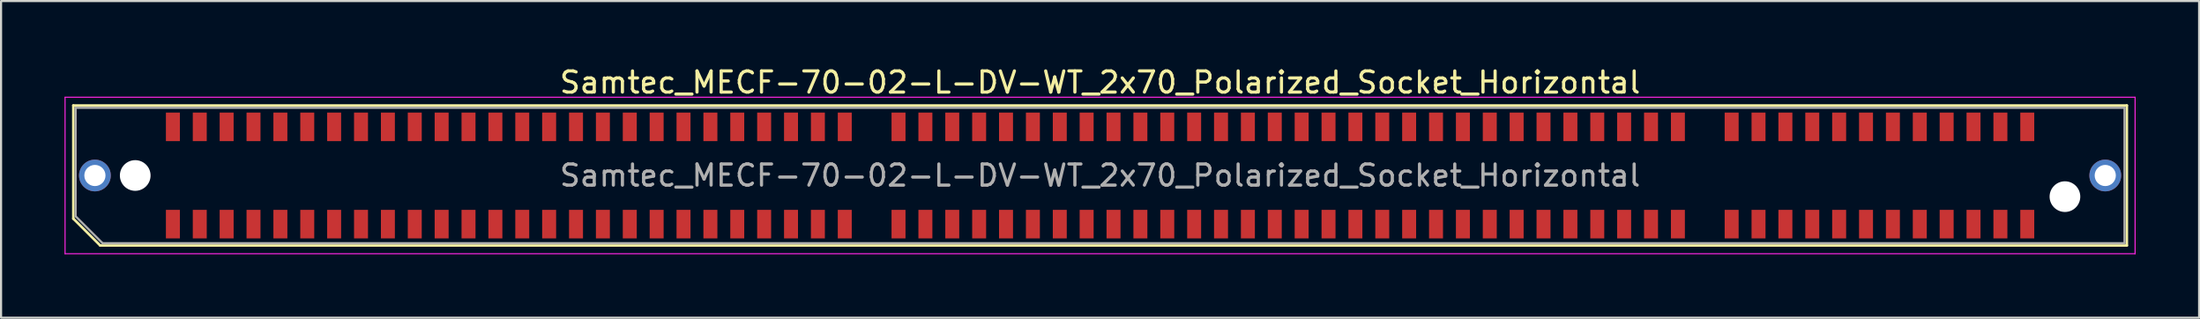
<source format=kicad_pcb>
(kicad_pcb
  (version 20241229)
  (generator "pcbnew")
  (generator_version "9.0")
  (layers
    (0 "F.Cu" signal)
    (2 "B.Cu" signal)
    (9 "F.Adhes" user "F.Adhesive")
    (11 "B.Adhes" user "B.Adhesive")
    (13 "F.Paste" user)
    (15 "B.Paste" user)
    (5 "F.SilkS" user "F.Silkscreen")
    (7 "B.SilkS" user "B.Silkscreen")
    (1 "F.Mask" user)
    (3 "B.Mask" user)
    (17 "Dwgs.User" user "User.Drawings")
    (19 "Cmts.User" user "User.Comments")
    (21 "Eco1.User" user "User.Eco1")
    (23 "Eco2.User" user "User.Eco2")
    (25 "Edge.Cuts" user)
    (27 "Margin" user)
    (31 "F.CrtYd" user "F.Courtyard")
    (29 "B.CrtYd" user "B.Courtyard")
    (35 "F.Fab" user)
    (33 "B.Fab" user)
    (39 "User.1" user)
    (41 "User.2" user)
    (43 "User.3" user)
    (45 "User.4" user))
  (footprint "Samtec_MECF-70-02-L-DV-WT_2x70_Polarized_Socket_Horizontal"
    (layer "F.Cu")
    (at 48.935 5.248)
    (property "Reference" "Samtec_MECF-70-02-L-DV-WT_2x70_Polarized_Socket_Horizontal" (at 0 -4.4 0) (layer "F.SilkS") (effects (font (size 1 1) (thickness 0.15))))
    (attr smd)
    (fp_line (start -48.52 -3.31) (end 48.52 -3.31) (stroke (width 0.12) (type solid)) (layer "F.SilkS"))
    (fp_line (start -48.52 2.04) (end -48.52 -3.31) (stroke (width 0.12) (type solid)) (layer "F.SilkS"))
    (fp_line (start -47.25 3.31) (end -48.52 2.04) (stroke (width 0.12) (type solid)) (layer "F.SilkS"))
    (fp_line (start -47.25 3.31) (end 48.52 3.31) (stroke (width 0.12) (type solid)) (layer "F.SilkS"))
    (fp_line (start 48.52 3.31) (end 48.52 -3.31) (stroke (width 0.12) (type solid)) (layer "F.SilkS"))
    (fp_line (start -48.91 -3.7) (end -48.91 3.7) (stroke (width 0.05) (type solid)) (layer "F.CrtYd"))
    (fp_line (start -48.91 3.7) (end 48.91 3.7) (stroke (width 0.05) (type solid)) (layer "F.CrtYd"))
    (fp_line (start 48.91 -3.7) (end -48.91 -3.7) (stroke (width 0.05) (type solid)) (layer "F.CrtYd"))
    (fp_line (start 48.91 3.7) (end 48.91 -3.7) (stroke (width 0.05) (type solid)) (layer "F.CrtYd"))
    (fp_line (start -48.41 -3.2) (end 48.41 -3.2) (stroke (width 0.1) (type solid)) (layer "F.Fab"))
    (fp_line (start -48.41 1.93) (end -48.41 -3.2) (stroke (width 0.1) (type solid)) (layer "F.Fab"))
    (fp_line (start -48.41 1.93) (end -47.14 3.2) (stroke (width 0.1) (type solid)) (layer "F.Fab"))
    (fp_line (start -47.14 3.2) (end 48.41 3.2) (stroke (width 0.1) (type solid)) (layer "F.Fab"))
    (fp_line (start 48.41 3.2) (end 48.41 -3.2) (stroke (width 0.1) (type solid)) (layer "F.Fab"))
    (fp_text user "${REFERENCE}" (at 0 0 0) (layer "F.Fab") (effects (font (size 1 1) (thickness 0.15))))
    (pad "" thru_hole circle (at -47.5 0) (size 1.5 1.5) (drill 1) (layers "*.Cu" "*.Mask"))
    (pad "" np_thru_hole circle (at -45.595 0) (size 1.45 1.45) (drill 1.45) (layers "*.Cu" "*.Mask"))
    (pad "" np_thru_hole circle (at 45.595 1) (size 1.45 1.45) (drill 1.45) (layers "*.Cu" "*.Mask"))
    (pad "" thru_hole circle (at 47.5 0) (size 1.5 1.5) (drill 1) (layers "*.Cu" "*.Mask"))
    (pad "1" smd rect (at -43.815 2.3) (size 0.66 1.35) (layers "F.Cu" "F.Mask" "F.Paste"))
    (pad "2" smd rect (at -43.815 -2.3) (size 0.66 1.35) (layers "F.Cu" "F.Mask" "F.Paste"))
    (pad "3" smd rect (at -42.545 2.3) (size 0.66 1.35) (layers "F.Cu" "F.Mask" "F.Paste"))
    (pad "4" smd rect (at -42.545 -2.3) (size 0.66 1.35) (layers "F.Cu" "F.Mask" "F.Paste"))
    (pad "5" smd rect (at -41.275 2.3) (size 0.66 1.35) (layers "F.Cu" "F.Mask" "F.Paste"))
    (pad "6" smd rect (at -41.275 -2.3) (size 0.66 1.35) (layers "F.Cu" "F.Mask" "F.Paste"))
    (pad "7" smd rect (at -40.005 2.3) (size 0.66 1.35) (layers "F.Cu" "F.Mask" "F.Paste"))
    (pad "8" smd rect (at -40.005 -2.3) (size 0.66 1.35) (layers "F.Cu" "F.Mask" "F.Paste"))
    (pad "9" smd rect (at -38.735 2.3) (size 0.66 1.35) (layers "F.Cu" "F.Mask" "F.Paste"))
    (pad "10" smd rect (at -38.735 -2.3) (size 0.66 1.35) (layers "F.Cu" "F.Mask" "F.Paste"))
    (pad "11" smd rect (at -37.465 2.3) (size 0.66 1.35) (layers "F.Cu" "F.Mask" "F.Paste"))
    (pad "12" smd rect (at -37.465 -2.3) (size 0.66 1.35) (layers "F.Cu" "F.Mask" "F.Paste"))
    (pad "13" smd rect (at -36.195 2.3) (size 0.66 1.35) (layers "F.Cu" "F.Mask" "F.Paste"))
    (pad "14" smd rect (at -36.195 -2.3) (size 0.66 1.35) (layers "F.Cu" "F.Mask" "F.Paste"))
    (pad "15" smd rect (at -34.925 2.3) (size 0.66 1.35) (layers "F.Cu" "F.Mask" "F.Paste"))
    (pad "16" smd rect (at -34.925 -2.3) (size 0.66 1.35) (layers "F.Cu" "F.Mask" "F.Paste"))
    (pad "17" smd rect (at -33.655 2.3) (size 0.66 1.35) (layers "F.Cu" "F.Mask" "F.Paste"))
    (pad "18" smd rect (at -33.655 -2.3) (size 0.66 1.35) (layers "F.Cu" "F.Mask" "F.Paste"))
    (pad "19" smd rect (at -32.385 2.3) (size 0.66 1.35) (layers "F.Cu" "F.Mask" "F.Paste"))
    (pad "20" smd rect (at -32.385 -2.3) (size 0.66 1.35) (layers "F.Cu" "F.Mask" "F.Paste"))
    (pad "21" smd rect (at -31.115 2.3) (size 0.66 1.35) (layers "F.Cu" "F.Mask" "F.Paste"))
    (pad "22" smd rect (at -31.115 -2.3) (size 0.66 1.35) (layers "F.Cu" "F.Mask" "F.Paste"))
    (pad "23" smd rect (at -29.845 2.3) (size 0.66 1.35) (layers "F.Cu" "F.Mask" "F.Paste"))
    (pad "24" smd rect (at -29.845 -2.3) (size 0.66 1.35) (layers "F.Cu" "F.Mask" "F.Paste"))
    (pad "25" smd rect (at -28.575 2.3) (size 0.66 1.35) (layers "F.Cu" "F.Mask" "F.Paste"))
    (pad "26" smd rect (at -28.575 -2.3) (size 0.66 1.35) (layers "F.Cu" "F.Mask" "F.Paste"))
    (pad "27" smd rect (at -27.305 2.3) (size 0.66 1.35) (layers "F.Cu" "F.Mask" "F.Paste"))
    (pad "28" smd rect (at -27.305 -2.3) (size 0.66 1.35) (layers "F.Cu" "F.Mask" "F.Paste"))
    (pad "29" smd rect (at -26.035 2.3) (size 0.66 1.35) (layers "F.Cu" "F.Mask" "F.Paste"))
    (pad "30" smd rect (at -26.035 -2.3) (size 0.66 1.35) (layers "F.Cu" "F.Mask" "F.Paste"))
    (pad "31" smd rect (at -24.765 2.3) (size 0.66 1.35) (layers "F.Cu" "F.Mask" "F.Paste"))
    (pad "32" smd rect (at -24.765 -2.3) (size 0.66 1.35) (layers "F.Cu" "F.Mask" "F.Paste"))
    (pad "33" smd rect (at -23.495 2.3) (size 0.66 1.35) (layers "F.Cu" "F.Mask" "F.Paste"))
    (pad "34" smd rect (at -23.495 -2.3) (size 0.66 1.35) (layers "F.Cu" "F.Mask" "F.Paste"))
    (pad "35" smd rect (at -22.225 2.3) (size 0.66 1.35) (layers "F.Cu" "F.Mask" "F.Paste"))
    (pad "36" smd rect (at -22.225 -2.3) (size 0.66 1.35) (layers "F.Cu" "F.Mask" "F.Paste"))
    (pad "37" smd rect (at -20.955 2.3) (size 0.66 1.35) (layers "F.Cu" "F.Mask" "F.Paste"))
    (pad "38" smd rect (at -20.955 -2.3) (size 0.66 1.35) (layers "F.Cu" "F.Mask" "F.Paste"))
    (pad "39" smd rect (at -19.685 2.3) (size 0.66 1.35) (layers "F.Cu" "F.Mask" "F.Paste"))
    (pad "40" smd rect (at -19.685 -2.3) (size 0.66 1.35) (layers "F.Cu" "F.Mask" "F.Paste"))
    (pad "41" smd rect (at -18.415 2.3) (size 0.66 1.35) (layers "F.Cu" "F.Mask" "F.Paste"))
    (pad "42" smd rect (at -18.415 -2.3) (size 0.66 1.35) (layers "F.Cu" "F.Mask" "F.Paste"))
    (pad "43" smd rect (at -17.145 2.3) (size 0.66 1.35) (layers "F.Cu" "F.Mask" "F.Paste"))
    (pad "44" smd rect (at -17.145 -2.3) (size 0.66 1.35) (layers "F.Cu" "F.Mask" "F.Paste"))
    (pad "45" smd rect (at -15.875 2.3) (size 0.66 1.35) (layers "F.Cu" "F.Mask" "F.Paste"))
    (pad "46" smd rect (at -15.875 -2.3) (size 0.66 1.35) (layers "F.Cu" "F.Mask" "F.Paste"))
    (pad "47" smd rect (at -14.605 2.3) (size 0.66 1.35) (layers "F.Cu" "F.Mask" "F.Paste"))
    (pad "48" smd rect (at -14.605 -2.3) (size 0.66 1.35) (layers "F.Cu" "F.Mask" "F.Paste"))
    (pad "49" smd rect (at -13.335 2.3) (size 0.66 1.35) (layers "F.Cu" "F.Mask" "F.Paste"))
    (pad "50" smd rect (at -13.335 -2.3) (size 0.66 1.35) (layers "F.Cu" "F.Mask" "F.Paste"))
    (pad "51" smd rect (at -12.065 2.3) (size 0.66 1.35) (layers "F.Cu" "F.Mask" "F.Paste"))
    (pad "52" smd rect (at -12.065 -2.3) (size 0.66 1.35) (layers "F.Cu" "F.Mask" "F.Paste"))
    (pad "55" smd rect (at -9.525 2.3) (size 0.66 1.35) (layers "F.Cu" "F.Mask" "F.Paste"))
    (pad "56" smd rect (at -9.525 -2.3) (size 0.66 1.35) (layers "F.Cu" "F.Mask" "F.Paste"))
    (pad "57" smd rect (at -8.255 2.3) (size 0.66 1.35) (layers "F.Cu" "F.Mask" "F.Paste"))
    (pad "58" smd rect (at -8.255 -2.3) (size 0.66 1.35) (layers "F.Cu" "F.Mask" "F.Paste"))
    (pad "59" smd rect (at -6.985 2.3) (size 0.66 1.35) (layers "F.Cu" "F.Mask" "F.Paste"))
    (pad "60" smd rect (at -6.985 -2.3) (size 0.66 1.35) (layers "F.Cu" "F.Mask" "F.Paste"))
    (pad "61" smd rect (at -5.715 2.3) (size 0.66 1.35) (layers "F.Cu" "F.Mask" "F.Paste"))
    (pad "62" smd rect (at -5.715 -2.3) (size 0.66 1.35) (layers "F.Cu" "F.Mask" "F.Paste"))
    (pad "63" smd rect (at -4.445 2.3) (size 0.66 1.35) (layers "F.Cu" "F.Mask" "F.Paste"))
    (pad "64" smd rect (at -4.445 -2.3) (size 0.66 1.35) (layers "F.Cu" "F.Mask" "F.Paste"))
    (pad "65" smd rect (at -3.175 2.3) (size 0.66 1.35) (layers "F.Cu" "F.Mask" "F.Paste"))
    (pad "66" smd rect (at -3.175 -2.3) (size 0.66 1.35) (layers "F.Cu" "F.Mask" "F.Paste"))
    (pad "67" smd rect (at -1.905 2.3) (size 0.66 1.35) (layers "F.Cu" "F.Mask" "F.Paste"))
    (pad "68" smd rect (at -1.905 -2.3) (size 0.66 1.35) (layers "F.Cu" "F.Mask" "F.Paste"))
    (pad "69" smd rect (at -0.635 2.3) (size 0.66 1.35) (layers "F.Cu" "F.Mask" "F.Paste"))
    (pad "70" smd rect (at -0.635 -2.3) (size 0.66 1.35) (layers "F.Cu" "F.Mask" "F.Paste"))
    (pad "71" smd rect (at 0.635 2.3) (size 0.66 1.35) (layers "F.Cu" "F.Mask" "F.Paste"))
    (pad "72" smd rect (at 0.635 -2.3) (size 0.66 1.35) (layers "F.Cu" "F.Mask" "F.Paste"))
    (pad "73" smd rect (at 1.905 2.3) (size 0.66 1.35) (layers "F.Cu" "F.Mask" "F.Paste"))
    (pad "74" smd rect (at 1.905 -2.3) (size 0.66 1.35) (layers "F.Cu" "F.Mask" "F.Paste"))
    (pad "75" smd rect (at 3.175 2.3) (size 0.66 1.35) (layers "F.Cu" "F.Mask" "F.Paste"))
    (pad "76" smd rect (at 3.175 -2.3) (size 0.66 1.35) (layers "F.Cu" "F.Mask" "F.Paste"))
    (pad "77" smd rect (at 4.445 2.3) (size 0.66 1.35) (layers "F.Cu" "F.Mask" "F.Paste"))
    (pad "78" smd rect (at 4.445 -2.3) (size 0.66 1.35) (layers "F.Cu" "F.Mask" "F.Paste"))
    (pad "79" smd rect (at 5.715 2.3) (size 0.66 1.35) (layers "F.Cu" "F.Mask" "F.Paste"))
    (pad "80" smd rect (at 5.715 -2.3) (size 0.66 1.35) (layers "F.Cu" "F.Mask" "F.Paste"))
    (pad "81" smd rect (at 6.985 2.3) (size 0.66 1.35) (layers "F.Cu" "F.Mask" "F.Paste"))
    (pad "82" smd rect (at 6.985 -2.3) (size 0.66 1.35) (layers "F.Cu" "F.Mask" "F.Paste"))
    (pad "83" smd rect (at 8.255 2.3) (size 0.66 1.35) (layers "F.Cu" "F.Mask" "F.Paste"))
    (pad "84" smd rect (at 8.255 -2.3) (size 0.66 1.35) (layers "F.Cu" "F.Mask" "F.Paste"))
    (pad "85" smd rect (at 9.525 2.3) (size 0.66 1.35) (layers "F.Cu" "F.Mask" "F.Paste"))
    (pad "86" smd rect (at 9.525 -2.3) (size 0.66 1.35) (layers "F.Cu" "F.Mask" "F.Paste"))
    (pad "87" smd rect (at 10.795 2.3) (size 0.66 1.35) (layers "F.Cu" "F.Mask" "F.Paste"))
    (pad "88" smd rect (at 10.795 -2.3) (size 0.66 1.35) (layers "F.Cu" "F.Mask" "F.Paste"))
    (pad "89" smd rect (at 12.065 2.3) (size 0.66 1.35) (layers "F.Cu" "F.Mask" "F.Paste"))
    (pad "90" smd rect (at 12.065 -2.3) (size 0.66 1.35) (layers "F.Cu" "F.Mask" "F.Paste"))
    (pad "91" smd rect (at 13.335 2.3) (size 0.66 1.35) (layers "F.Cu" "F.Mask" "F.Paste"))
    (pad "92" smd rect (at 13.335 -2.3) (size 0.66 1.35) (layers "F.Cu" "F.Mask" "F.Paste"))
    (pad "93" smd rect (at 14.605 2.3) (size 0.66 1.35) (layers "F.Cu" "F.Mask" "F.Paste"))
    (pad "94" smd rect (at 14.605 -2.3) (size 0.66 1.35) (layers "F.Cu" "F.Mask" "F.Paste"))
    (pad "95" smd rect (at 15.875 2.3) (size 0.66 1.35) (layers "F.Cu" "F.Mask" "F.Paste"))
    (pad "96" smd rect (at 15.875 -2.3) (size 0.66 1.35) (layers "F.Cu" "F.Mask" "F.Paste"))
    (pad "97" smd rect (at 17.145 2.3) (size 0.66 1.35) (layers "F.Cu" "F.Mask" "F.Paste"))
    (pad "98" smd rect (at 17.145 -2.3) (size 0.66 1.35) (layers "F.Cu" "F.Mask" "F.Paste"))
    (pad "99" smd rect (at 18.415 2.3) (size 0.66 1.35) (layers "F.Cu" "F.Mask" "F.Paste"))
    (pad "100" smd rect (at 18.415 -2.3) (size 0.66 1.35) (layers "F.Cu" "F.Mask" "F.Paste"))
    (pad "101" smd rect (at 19.685 2.3) (size 0.66 1.35) (layers "F.Cu" "F.Mask" "F.Paste"))
    (pad "102" smd rect (at 19.685 -2.3) (size 0.66 1.35) (layers "F.Cu" "F.Mask" "F.Paste"))
    (pad "103" smd rect (at 20.955 2.3) (size 0.66 1.35) (layers "F.Cu" "F.Mask" "F.Paste"))
    (pad "104" smd rect (at 20.955 -2.3) (size 0.66 1.35) (layers "F.Cu" "F.Mask" "F.Paste"))
    (pad "105" smd rect (at 22.225 2.3) (size 0.66 1.35) (layers "F.Cu" "F.Mask" "F.Paste"))
    (pad "106" smd rect (at 22.225 -2.3) (size 0.66 1.35) (layers "F.Cu" "F.Mask" "F.Paste"))
    (pad "107" smd rect (at 23.495 2.3) (size 0.66 1.35) (layers "F.Cu" "F.Mask" "F.Paste"))
    (pad "108" smd rect (at 23.495 -2.3) (size 0.66 1.35) (layers "F.Cu" "F.Mask" "F.Paste"))
    (pad "109" smd rect (at 24.765 2.3) (size 0.66 1.35) (layers "F.Cu" "F.Mask" "F.Paste"))
    (pad "110" smd rect (at 24.765 -2.3) (size 0.66 1.35) (layers "F.Cu" "F.Mask" "F.Paste"))
    (pad "111" smd rect (at 26.035 2.3) (size 0.66 1.35) (layers "F.Cu" "F.Mask" "F.Paste"))
    (pad "112" smd rect (at 26.035 -2.3) (size 0.66 1.35) (layers "F.Cu" "F.Mask" "F.Paste"))
    (pad "113" smd rect (at 27.305 2.3) (size 0.66 1.35) (layers "F.Cu" "F.Mask" "F.Paste"))
    (pad "114" smd rect (at 27.305 -2.3) (size 0.66 1.35) (layers "F.Cu" "F.Mask" "F.Paste"))
    (pad "117" smd rect (at 29.845 2.3) (size 0.66 1.35) (layers "F.Cu" "F.Mask" "F.Paste"))
    (pad "118" smd rect (at 29.845 -2.3) (size 0.66 1.35) (layers "F.Cu" "F.Mask" "F.Paste"))
    (pad "119" smd rect (at 31.115 2.3) (size 0.66 1.35) (layers "F.Cu" "F.Mask" "F.Paste"))
    (pad "120" smd rect (at 31.115 -2.3) (size 0.66 1.35) (layers "F.Cu" "F.Mask" "F.Paste"))
    (pad "121" smd rect (at 32.385 2.3) (size 0.66 1.35) (layers "F.Cu" "F.Mask" "F.Paste"))
    (pad "122" smd rect (at 32.385 -2.3) (size 0.66 1.35) (layers "F.Cu" "F.Mask" "F.Paste"))
    (pad "123" smd rect (at 33.655 2.3) (size 0.66 1.35) (layers "F.Cu" "F.Mask" "F.Paste"))
    (pad "124" smd rect (at 33.655 -2.3) (size 0.66 1.35) (layers "F.Cu" "F.Mask" "F.Paste"))
    (pad "125" smd rect (at 34.925 2.3) (size 0.66 1.35) (layers "F.Cu" "F.Mask" "F.Paste"))
    (pad "126" smd rect (at 34.925 -2.3) (size 0.66 1.35) (layers "F.Cu" "F.Mask" "F.Paste"))
    (pad "127" smd rect (at 36.195 2.3) (size 0.66 1.35) (layers "F.Cu" "F.Mask" "F.Paste"))
    (pad "128" smd rect (at 36.195 -2.3) (size 0.66 1.35) (layers "F.Cu" "F.Mask" "F.Paste"))
    (pad "129" smd rect (at 37.465 2.3) (size 0.66 1.35) (layers "F.Cu" "F.Mask" "F.Paste"))
    (pad "130" smd rect (at 37.465 -2.3) (size 0.66 1.35) (layers "F.Cu" "F.Mask" "F.Paste"))
    (pad "131" smd rect (at 38.735 2.3) (size 0.66 1.35) (layers "F.Cu" "F.Mask" "F.Paste"))
    (pad "132" smd rect (at 38.735 -2.3) (size 0.66 1.35) (layers "F.Cu" "F.Mask" "F.Paste"))
    (pad "133" smd rect (at 40.005 2.3) (size 0.66 1.35) (layers "F.Cu" "F.Mask" "F.Paste"))
    (pad "134" smd rect (at 40.005 -2.3) (size 0.66 1.35) (layers "F.Cu" "F.Mask" "F.Paste"))
    (pad "135" smd rect (at 41.275 2.3) (size 0.66 1.35) (layers "F.Cu" "F.Mask" "F.Paste"))
    (pad "136" smd rect (at 41.275 -2.3) (size 0.66 1.35) (layers "F.Cu" "F.Mask" "F.Paste"))
    (pad "137" smd rect (at 42.545 2.3) (size 0.66 1.35) (layers "F.Cu" "F.Mask" "F.Paste"))
    (pad "138" smd rect (at 42.545 -2.3) (size 0.66 1.35) (layers "F.Cu" "F.Mask" "F.Paste"))
    (pad "139" smd rect (at 43.815 2.3) (size 0.66 1.35) (layers "F.Cu" "F.Mask" "F.Paste"))
    (pad "140" smd rect (at 43.815 -2.3) (size 0.66 1.35) (layers "F.Cu" "F.Mask" "F.Paste")))
  (gr_rect
    (start -3 -3)
    (end 100.87 11.973)
    (stroke (width 0.1) (type default))
    (fill no)
    (layer "Edge.Cuts")))
</source>
